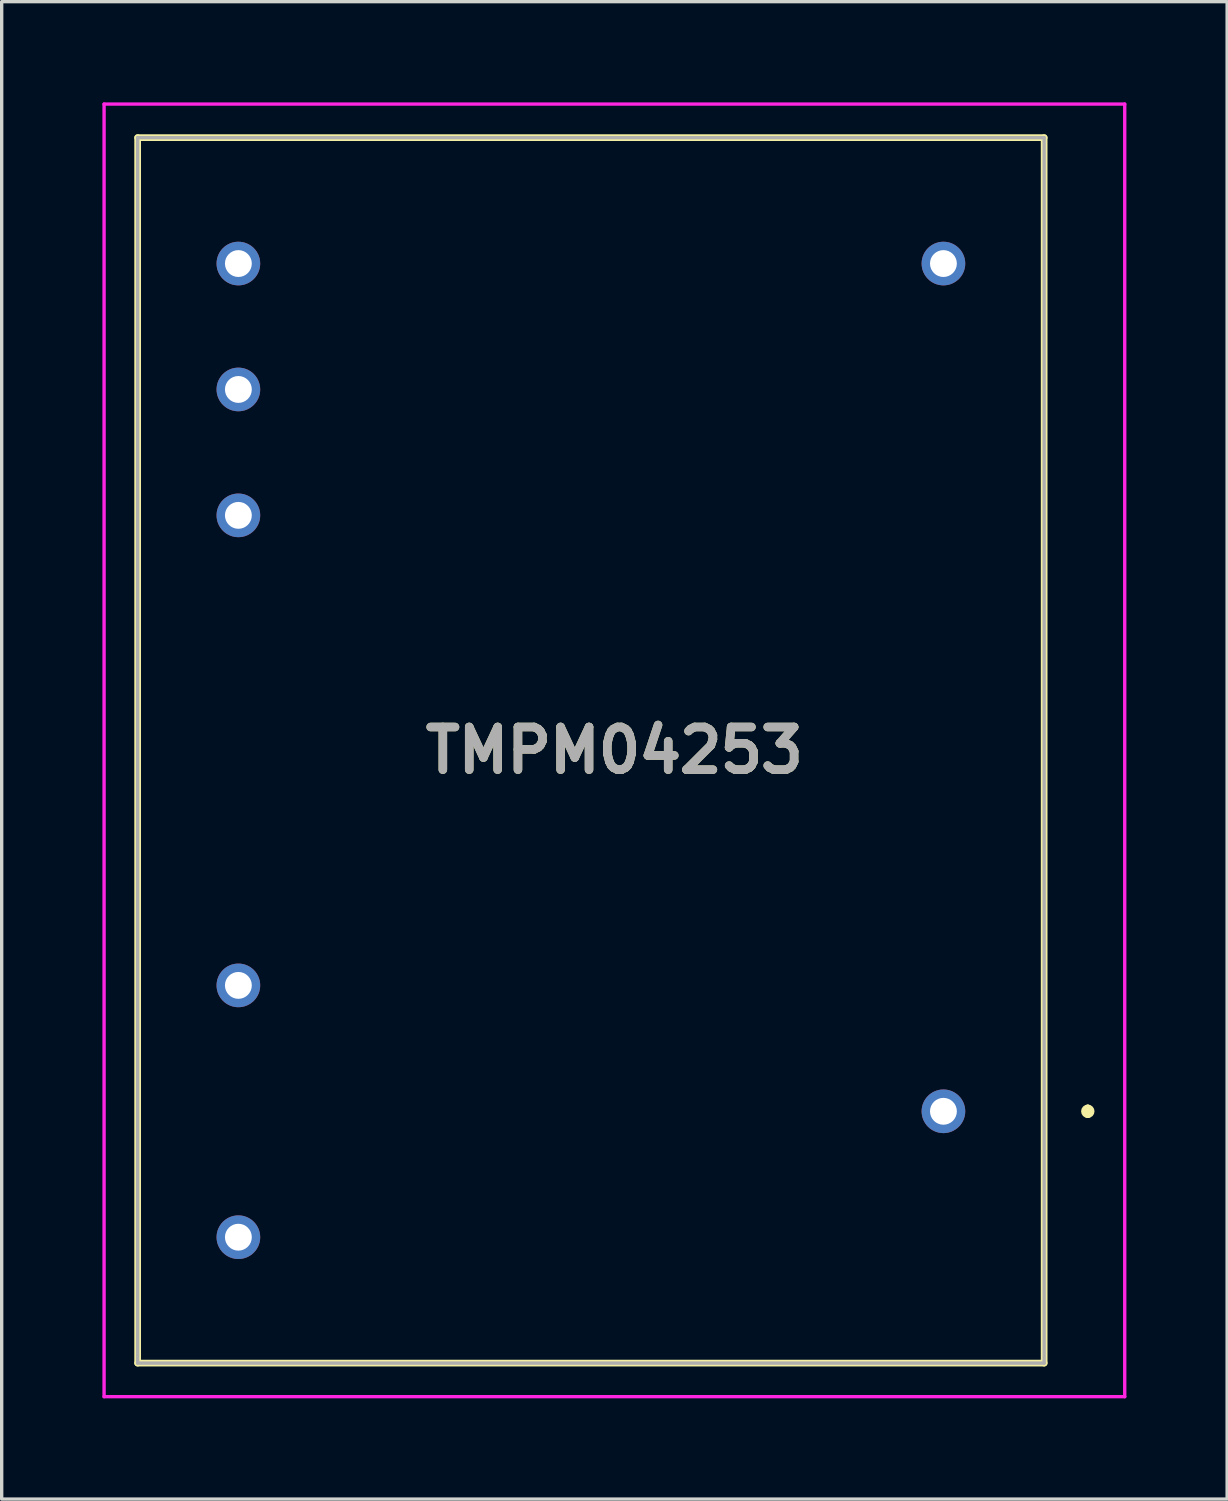
<source format=kicad_pcb>
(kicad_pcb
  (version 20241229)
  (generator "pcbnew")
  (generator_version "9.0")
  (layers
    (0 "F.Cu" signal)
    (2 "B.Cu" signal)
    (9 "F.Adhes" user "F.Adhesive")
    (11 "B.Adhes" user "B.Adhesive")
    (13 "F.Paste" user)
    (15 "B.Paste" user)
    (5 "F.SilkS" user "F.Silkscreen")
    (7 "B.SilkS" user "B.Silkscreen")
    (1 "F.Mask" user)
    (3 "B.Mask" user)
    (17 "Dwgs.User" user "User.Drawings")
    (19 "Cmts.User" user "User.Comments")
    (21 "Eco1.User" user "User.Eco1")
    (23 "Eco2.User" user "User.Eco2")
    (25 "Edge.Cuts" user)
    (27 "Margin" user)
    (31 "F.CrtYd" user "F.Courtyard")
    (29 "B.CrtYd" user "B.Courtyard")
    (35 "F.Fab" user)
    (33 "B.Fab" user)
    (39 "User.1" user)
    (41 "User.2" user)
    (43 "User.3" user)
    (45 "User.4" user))
  (footprint "TMPM04253"
    (layer "F.Cu")
    (at 25.05 30.05)
    (property "Reference" "TMPM04253" (at -9.8 -10.75 0) (layer "F.SilkS") (effects (font (size 1.27 1.27) (thickness 0.254))))
    (attr through_hole)
    (fp_line (start -24 -29) (end 3 -29) (stroke (width 0.2) (type solid)) (layer "F.SilkS"))
    (fp_line (start -24 7.5) (end -24 -29) (stroke (width 0.2) (type solid)) (layer "F.SilkS"))
    (fp_line (start 3 -29) (end 3 7.5) (stroke (width 0.2) (type solid)) (layer "F.SilkS"))
    (fp_line (start 3 7.5) (end -24 7.5) (stroke (width 0.2) (type solid)) (layer "F.SilkS"))
    (fp_line (start 4.3 -0.1) (end 4.3 -0.1) (stroke (width 0.2) (type solid)) (layer "F.SilkS"))
    (fp_line (start 4.3 0.1) (end 4.3 0.1) (stroke (width 0.2) (type solid)) (layer "F.SilkS"))
    (fp_arc (start 4.3 -0.1) (mid 4.4 0) (end 4.3 0.1) (stroke (width 0.2) (type solid)) (layer "F.SilkS"))
    (fp_arc (start 4.3 0.1) (mid 4.2 0) (end 4.3 -0.1) (stroke (width 0.2) (type solid)) (layer "F.SilkS"))
    (fp_line (start -25 -30) (end 5.4 -30) (stroke (width 0.1) (type solid)) (layer "F.CrtYd"))
    (fp_line (start -25 8.5) (end -25 -30) (stroke (width 0.1) (type solid)) (layer "F.CrtYd"))
    (fp_line (start 5.4 -30) (end 5.4 8.5) (stroke (width 0.1) (type solid)) (layer "F.CrtYd"))
    (fp_line (start 5.4 8.5) (end -25 8.5) (stroke (width 0.1) (type solid)) (layer "F.CrtYd"))
    (fp_line (start -24 -29) (end 3 -29) (stroke (width 0.1) (type solid)) (layer "F.Fab"))
    (fp_line (start -24 7.5) (end -24 -29) (stroke (width 0.1) (type solid)) (layer "F.Fab"))
    (fp_line (start 3 -29) (end 3 7.5) (stroke (width 0.1) (type solid)) (layer "F.Fab"))
    (fp_line (start 3 7.5) (end -24 7.5) (stroke (width 0.1) (type solid)) (layer "F.Fab"))
    (fp_text user "${REFERENCE}" (at -9.8 -10.75 0) (layer "F.Fab") (effects (font (size 1.27 1.27) (thickness 0.254))))
    (pad "1" thru_hole circle (at 0 0) (size 1.3 1.3) (drill 0.8) (layers "*.Cu" "*.Mask"))
    (pad "2" thru_hole circle (at 0 -25.25) (size 1.3 1.3) (drill 0.8) (layers "*.Cu" "*.Mask"))
    (pad "3" thru_hole circle (at -21 -25.25) (size 1.3 1.3) (drill 0.8) (layers "*.Cu" "*.Mask"))
    (pad "4" thru_hole circle (at -21 -21.5) (size 1.3 1.3) (drill 0.8) (layers "*.Cu" "*.Mask"))
    (pad "5" thru_hole circle (at -21 -17.75) (size 1.3 1.3) (drill 0.8) (layers "*.Cu" "*.Mask"))
    (pad "6" thru_hole circle (at -21 -3.75) (size 1.3 1.3) (drill 0.8) (layers "*.Cu" "*.Mask"))
    (pad "7" thru_hole circle (at -21 3.75) (size 1.3 1.3) (drill 0.8) (layers "*.Cu" "*.Mask")))
  (gr_rect
    (start -3 -3)
    (end 33.5 41.6)
    (stroke (width 0.1) (type default))
    (fill no)
    (layer "Edge.Cuts")))
</source>
